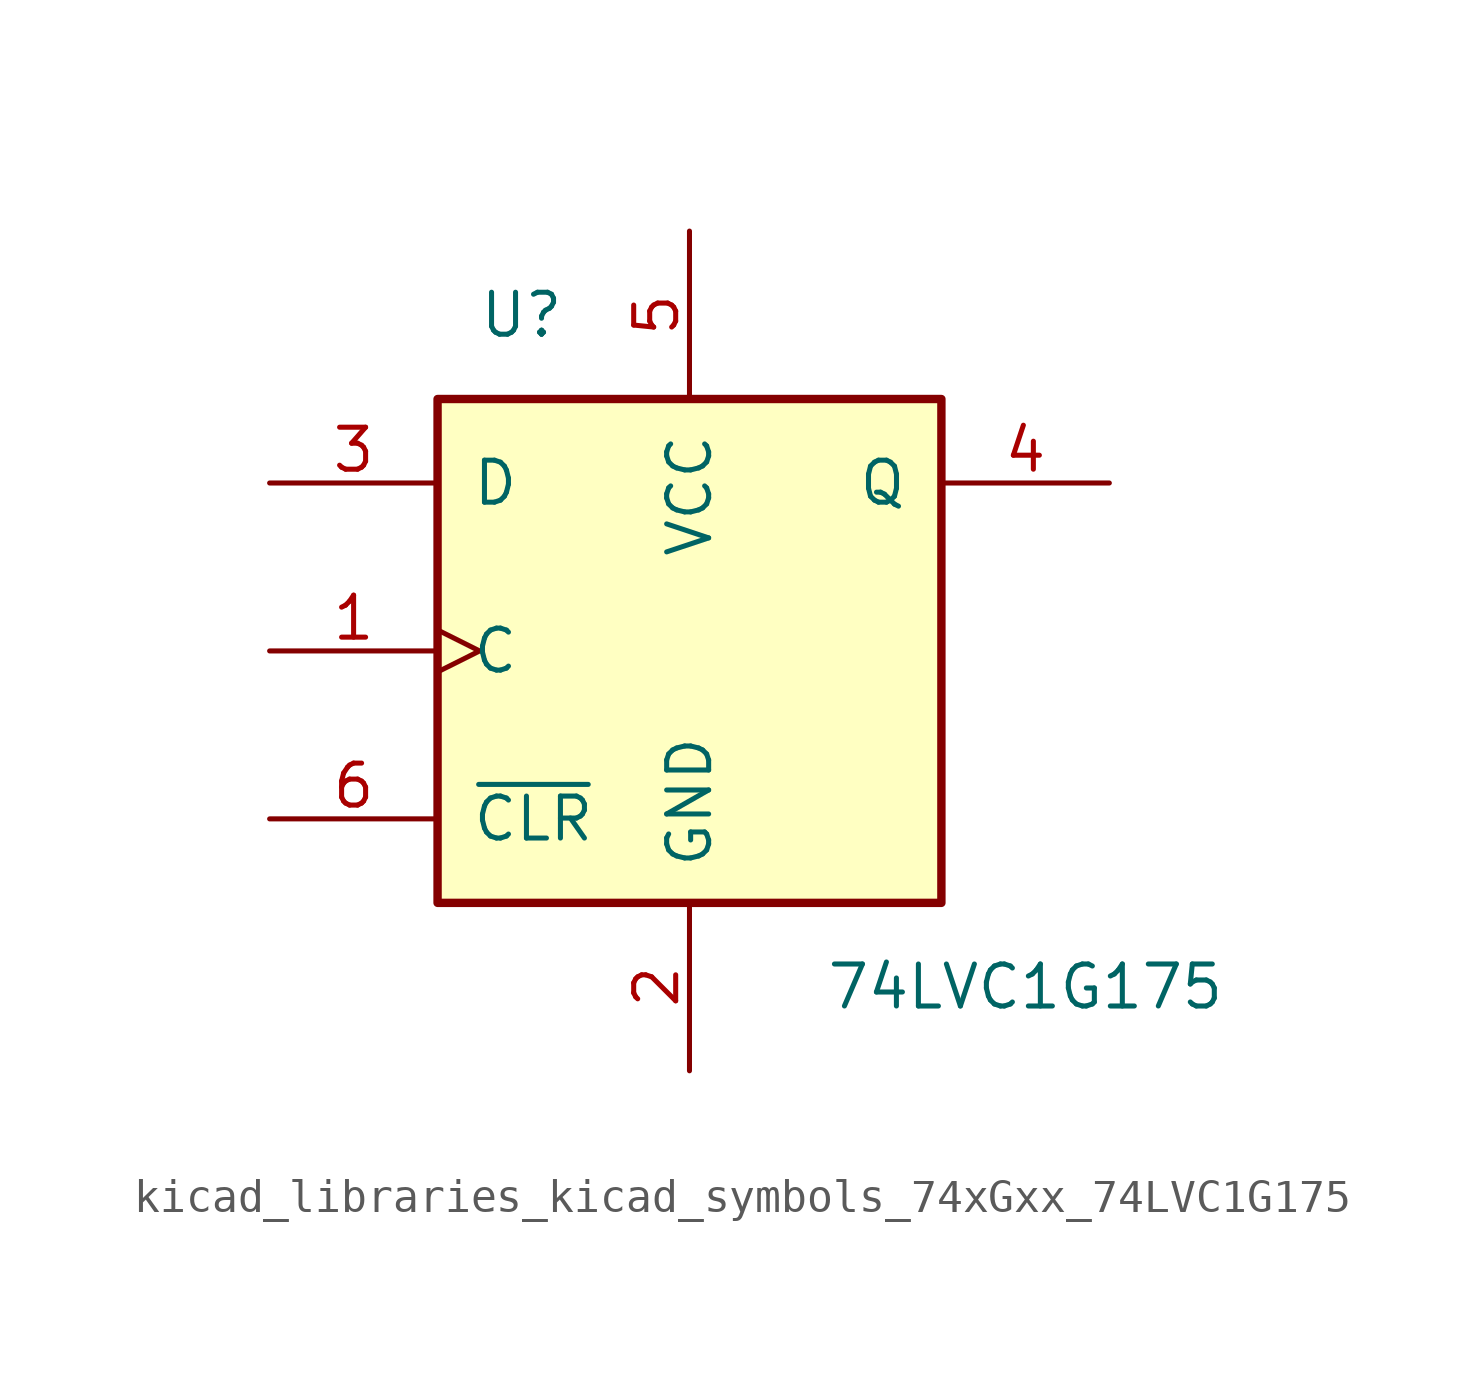
<source format=kicad_sym>
(kicad_symbol_lib
  (version 20220914)
  (generator kicad_symbol_editor)
  (symbol "kicad_libraries_kicad_symbols_74xGxx_74LVC1G175"
    (pin_names
      (offset 1.016))
    (property "Reference" "U"
      (at -5.08 10.16 0)
      (effects (font (size 1.27 1.27))))
    (property "Value" "74LVC1G175"
      (at 10.16 -10.16 0)
      (effects (font (size 1.27 1.27))))
    (symbol "kicad_libraries_kicad_symbols_74xGxx_74LVC1G175_0_1"
      (rectangle (start -7.62 7.62) (end 7.62 -7.62) (stroke (width 0.254) (type default)) (fill (type background))))
    (symbol "kicad_libraries_kicad_symbols_74xGxx_74LVC1G175_1_1"
      (pin input clock (at -12.7 0 0) (length 5.08) (name "C" (effects (font (size 1.27 1.27)))) (number "1" (effects (font (size 1.27 1.27)))))
      (pin power_in line (at 0 -12.7 90) (length 5.08) (name "GND" (effects (font (size 1.27 1.27)))) (number "2" (effects (font (size 1.27 1.27)))))
      (pin input line (at -12.7 5.08 0) (length 5.08) (name "D" (effects (font (size 1.27 1.27)))) (number "3" (effects (font (size 1.27 1.27)))))
      (pin output line (at 12.7 5.08 180) (length 5.08) (name "Q" (effects (font (size 1.27 1.27)))) (number "4" (effects (font (size 1.27 1.27)))))
      (pin power_in line (at 0 12.7 270) (length 5.08) (name "VCC" (effects (font (size 1.27 1.27)))) (number "5" (effects (font (size 1.27 1.27)))))
      (pin input line (at -12.7 -5.08 0) (length 5.08) (name "~{CLR}" (effects (font (size 1.27 1.27)))) (number "6" (effects (font (size 1.27 1.27))))))))
</source>
